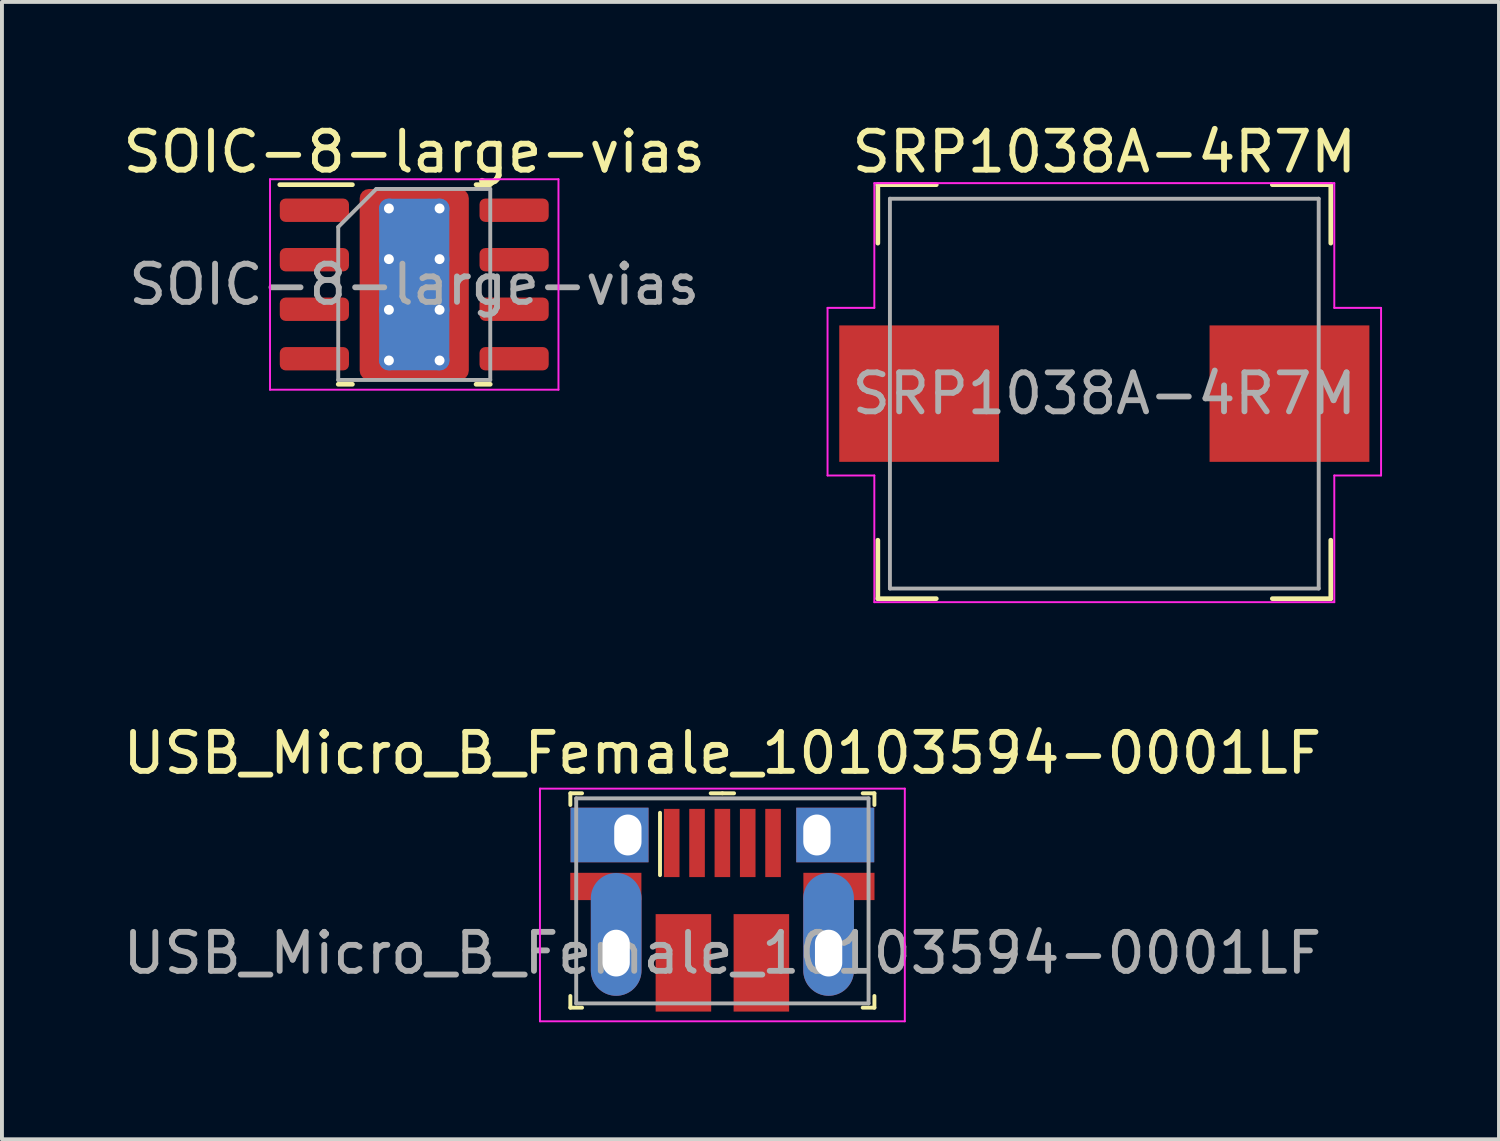
<source format=kicad_pcb>
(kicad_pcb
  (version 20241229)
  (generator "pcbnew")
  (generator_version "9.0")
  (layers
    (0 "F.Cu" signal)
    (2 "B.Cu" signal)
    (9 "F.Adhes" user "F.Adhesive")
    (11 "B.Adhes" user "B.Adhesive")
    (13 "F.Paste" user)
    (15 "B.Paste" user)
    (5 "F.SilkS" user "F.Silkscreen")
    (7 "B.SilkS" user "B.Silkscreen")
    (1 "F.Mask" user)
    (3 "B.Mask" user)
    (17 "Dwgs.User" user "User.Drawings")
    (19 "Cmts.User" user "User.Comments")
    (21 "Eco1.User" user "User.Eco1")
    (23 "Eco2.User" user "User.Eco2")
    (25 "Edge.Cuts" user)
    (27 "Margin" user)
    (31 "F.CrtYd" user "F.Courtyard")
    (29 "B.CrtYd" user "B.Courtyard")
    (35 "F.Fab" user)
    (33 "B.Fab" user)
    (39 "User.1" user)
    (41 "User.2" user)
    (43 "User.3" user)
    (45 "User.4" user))
  (footprint "SRP1038A-4R7M"
    (layer "F.Cu")
    (at 25.28 7.048)
    (property "Reference" "SRP1038A-4R7M" (at 0 -6.2 0) (layer "F.SilkS") (effects (font (size 1 1) (thickness 0.15))))
    (attr smd)
    (fp_line (start -5.81 -5.36) (end -5.81 -3.86) (stroke (width 0.12) (type solid)) (layer "F.SilkS"))
    (fp_line (start -5.81 -5.36) (end -4.31 -5.36) (stroke (width 0.12) (type solid)) (layer "F.SilkS"))
    (fp_line (start -5.81 5.26) (end -5.81 3.76) (stroke (width 0.12) (type solid)) (layer "F.SilkS"))
    (fp_line (start -5.81 5.26) (end -4.31 5.26) (stroke (width 0.12) (type solid)) (layer "F.SilkS"))
    (fp_line (start 5.81 -5.36) (end 4.31 -5.36) (stroke (width 0.12) (type solid)) (layer "F.SilkS"))
    (fp_line (start 5.81 -5.36) (end 5.81 -3.86) (stroke (width 0.12) (type solid)) (layer "F.SilkS"))
    (fp_line (start 5.81 5.26) (end 4.31 5.26) (stroke (width 0.12) (type solid)) (layer "F.SilkS"))
    (fp_line (start 5.81 5.26) (end 5.81 3.76) (stroke (width 0.12) (type solid)) (layer "F.SilkS"))
    (fp_line (start -7.1 2.1) (end -7.1 -2.2) (stroke (width 0.05) (type solid)) (layer "F.CrtYd"))
    (fp_line (start -5.9 -5.4) (end -5.9 -2.2) (stroke (width 0.05) (type solid)) (layer "F.CrtYd"))
    (fp_line (start -5.9 -5.4) (end 5.9 -5.4) (stroke (width 0.05) (type solid)) (layer "F.CrtYd"))
    (fp_line (start -5.9 -2.2) (end -7.1 -2.2) (stroke (width 0.05) (type solid)) (layer "F.CrtYd"))
    (fp_line (start -5.9 2.1) (end -7.1 2.1) (stroke (width 0.05) (type solid)) (layer "F.CrtYd"))
    (fp_line (start -5.9 2.1) (end -5.9 5.35) (stroke (width 0.05) (type solid)) (layer "F.CrtYd"))
    (fp_line (start -5.9 5.35) (end 5.9 5.35) (stroke (width 0.05) (type solid)) (layer "F.CrtYd"))
    (fp_line (start 5.9 -5.4) (end 5.9 -2.2) (stroke (width 0.05) (type solid)) (layer "F.CrtYd"))
    (fp_line (start 5.9 -2.2) (end 7.1 -2.2) (stroke (width 0.05) (type solid)) (layer "F.CrtYd"))
    (fp_line (start 5.9 2.1) (end 7.1 2.1) (stroke (width 0.05) (type solid)) (layer "F.CrtYd"))
    (fp_line (start 5.9 5.35) (end 5.9 2.1) (stroke (width 0.05) (type solid)) (layer "F.CrtYd"))
    (fp_line (start 7.1 2.1) (end 7.1 -2.2) (stroke (width 0.05) (type solid)) (layer "F.CrtYd"))
    (fp_line (start -5.5 -5) (end -5.5 5) (stroke (width 0.1) (type solid)) (layer "F.Fab"))
    (fp_line (start -5.5 -5) (end 5.5 -5) (stroke (width 0.1) (type solid)) (layer "F.Fab"))
    (fp_line (start -5.5 5) (end 5.5 5) (stroke (width 0.1) (type solid)) (layer "F.Fab"))
    (fp_line (start 5.5 -5) (end 5.5 5) (stroke (width 0.1) (type solid)) (layer "F.Fab"))
    (fp_text user "${REFERENCE}" (at 0 0 0) (layer "F.Fab") (effects (font (size 1 1) (thickness 0.15))))
    (pad "1" smd rect (at -4.75 0) (size 4.1 3.5) (layers "F.Cu" "F.Mask" "F.Paste"))
    (pad "2" smd rect (at 4.75 0) (size 4.1 3.5) (layers "F.Cu" "F.Mask" "F.Paste")))
  (footprint "USB_Micro_B_Female_10103594-0001LF"
    (layer "F.Cu")
    (at 15.482 21.401)
    (property "Reference" "USB_Micro_B_Female_10103594-0001LF" (at 0 -5.13 0) (layer "F.SilkS") (effects (font (size 1 1) (thickness 0.15))))
    (attr smd)
    (fp_line (start -3.9 -4.1) (end -3.9 -3.8) (stroke (width 0.1) (type solid)) (layer "F.SilkS"))
    (fp_line (start -3.9 -4.1) (end -3.6 -4.1) (stroke (width 0.1) (type solid)) (layer "F.SilkS"))
    (fp_line (start -3.9 1.4) (end -3.9 1.1) (stroke (width 0.1) (type solid)) (layer "F.SilkS"))
    (fp_line (start -3.9 1.4) (end -3.6 1.4) (stroke (width 0.1) (type solid)) (layer "F.SilkS"))
    (fp_line (start -1.6 -3.6) (end -1.6 -2) (stroke (width 0.1) (type solid)) (layer "F.SilkS"))
    (fp_line (start 0 -4.1) (end -0.3 -4.1) (stroke (width 0.1) (type solid)) (layer "F.SilkS"))
    (fp_line (start 0 -4.1) (end 0.3 -4.1) (stroke (width 0.1) (type solid)) (layer "F.SilkS"))
    (fp_line (start 3.9 -4.1) (end 3.6 -4.1) (stroke (width 0.1) (type solid)) (layer "F.SilkS"))
    (fp_line (start 3.9 -4.1) (end 3.9 -3.8) (stroke (width 0.1) (type solid)) (layer "F.SilkS"))
    (fp_line (start 3.9 1.4) (end 3.6 1.4) (stroke (width 0.1) (type solid)) (layer "F.SilkS"))
    (fp_line (start 3.9 1.4) (end 3.9 1.1) (stroke (width 0.1) (type solid)) (layer "F.SilkS"))
    (fp_line (start -4.68 -4.22) (end 4.68 -4.22) (stroke (width 0.05) (type solid)) (layer "F.CrtYd"))
    (fp_line (start -4.68 1.75) (end -4.68 -4.22) (stroke (width 0.05) (type solid)) (layer "F.CrtYd"))
    (fp_line (start -4.68 1.75) (end 4.68 1.75) (stroke (width 0.05) (type solid)) (layer "F.CrtYd"))
    (fp_line (start 4.68 1.75) (end 4.68 -4.22) (stroke (width 0.05) (type solid)) (layer "F.CrtYd"))
    (fp_line (start -3.75 -3.97) (end -3.75 1.29) (stroke (width 0.1) (type solid)) (layer "F.Fab"))
    (fp_line (start -3.75 -3.97) (end 3.75 -3.97) (stroke (width 0.1) (type solid)) (layer "F.Fab"))
    (fp_line (start -3.75 1.29) (end 3.75 1.29) (stroke (width 0.1) (type solid)) (layer "F.Fab"))
    (fp_line (start 3.75 -3.97) (end 3.75 1.29) (stroke (width 0.1) (type solid)) (layer "F.Fab"))
    (fp_text user "${REFERENCE}" (at 0 0 0) (layer "F.Fab") (effects (font (size 1 1) (thickness 0.15))))
    (pad "1" smd rect (at -1.3 -2.825) (size 0.4 1.75) (layers "F.Cu" "F.Mask" "F.Paste"))
    (pad "2" smd rect (at -0.65 -2.825) (size 0.4 1.75) (layers "F.Cu" "F.Mask" "F.Paste"))
    (pad "3" smd rect (at 0 -2.825) (size 0.4 1.75) (layers "F.Cu" "F.Mask" "F.Paste"))
    (pad "4" smd rect (at 0.65 -2.825) (size 0.4 1.75) (layers "F.Cu" "F.Mask" "F.Paste"))
    (pad "5" smd rect (at 1.3 -2.825) (size 0.4 1.75) (layers "F.Cu" "F.Mask" "F.Paste"))
    (pad "SH" smd rect (at -2.99 -1.71) (size 1.825 0.7) (layers "F.Cu" "F.Mask" "F.Paste"))
    (pad "SH" thru_hole oval (at -2.725 0) (size 1.3 3.15) (drill oval 0.7 1.2 (offset 0 -0.48)) (layers "*.Cu" "*.Mask"))
    (pad "SH" thru_hole rect (at -2.425 -3.03) (size 2 1.4) (drill oval 0.7 1.05 (offset -0.47 0)) (layers "*.Cu" "*.Mask"))
    (pad "SH" smd rect (at -1 0.25) (size 1.425 2.5) (layers "F.Cu" "F.Mask" "F.Paste"))
    (pad "SH" smd rect (at 1 0.25) (size 1.425 2.5) (layers "F.Cu" "F.Mask" "F.Paste"))
    (pad "SH" thru_hole rect (at 2.425 -3.03) (size 2 1.4) (drill oval 0.7 1.05 (offset 0.47 0)) (layers "*.Cu" "*.Mask"))
    (pad "SH" thru_hole oval (at 2.725 0) (size 1.3 3.15) (drill oval 0.7 1.2 (offset 0 -0.48)) (layers "*.Cu" "*.Mask"))
    (pad "SH" smd rect (at 2.99 -1.71) (size 1.825 0.7) (layers "F.Cu" "F.Mask" "F.Paste")))
  (footprint "SOIC-8-large-vias"
    (layer "F.Cu")
    (at 7.577 4.248)
    (property "Reference" "SOIC-8-large-vias" (at 0 -3.4 0) (layer "F.SilkS") (effects (font (size 1 1) (thickness 0.15))))
    (attr smd)
    (fp_line (start -1.586 -2.56) (end -3.45 -2.56) (stroke (width 0.12) (type solid)) (layer "F.SilkS"))
    (fp_line (start -1.586 2.56) (end -1.95 2.56) (stroke (width 0.12) (type solid)) (layer "F.SilkS"))
    (fp_line (start 1.586 -2.56) (end 1.95 -2.56) (stroke (width 0.12) (type solid)) (layer "F.SilkS"))
    (fp_line (start 1.586 2.56) (end 1.95 2.56) (stroke (width 0.12) (type solid)) (layer "F.SilkS"))
    (fp_line (start -3.7 -2.7) (end -3.7 2.7) (stroke (width 0.05) (type solid)) (layer "F.CrtYd"))
    (fp_line (start -3.7 2.7) (end 3.7 2.7) (stroke (width 0.05) (type solid)) (layer "F.CrtYd"))
    (fp_line (start 3.7 -2.7) (end -3.7 -2.7) (stroke (width 0.05) (type solid)) (layer "F.CrtYd"))
    (fp_line (start 3.7 2.7) (end 3.7 -2.7) (stroke (width 0.05) (type solid)) (layer "F.CrtYd"))
    (fp_line (start -1.95 -1.475) (end -0.975 -2.45) (stroke (width 0.1) (type solid)) (layer "F.Fab"))
    (fp_line (start -1.95 2.45) (end -1.95 -1.475) (stroke (width 0.1) (type solid)) (layer "F.Fab"))
    (fp_line (start -0.975 -2.45) (end 1.95 -2.45) (stroke (width 0.1) (type solid)) (layer "F.Fab"))
    (fp_line (start 1.95 -2.45) (end 1.95 2.45) (stroke (width 0.1) (type solid)) (layer "F.Fab"))
    (fp_line (start 1.95 2.45) (end -1.95 2.45) (stroke (width 0.1) (type solid)) (layer "F.Fab"))
    (fp_text user "${REFERENCE}" (at 0 0 0) (layer "F.Fab") (effects (font (size 0.98 0.98) (thickness 0.15))))
    (pad "" smd roundrect (at -0.68 -0.85) (size 1.13 1.42) (layers "F.Paste") (roundrect_rratio 0.221))
    (pad "" smd roundrect (at -0.68 0.85) (size 1.13 1.42) (layers "F.Paste") (roundrect_rratio 0.221))
    (pad "" smd roundrect (at 0 0) (size 2.71 3.4) (layers "F.Mask") (roundrect_rratio 0.092))
    (pad "" smd roundrect (at 0.68 -0.85) (size 1.13 1.42) (layers "F.Paste") (roundrect_rratio 0.221))
    (pad "" smd roundrect (at 0.68 0.85) (size 1.13 1.42) (layers "F.Paste") (roundrect_rratio 0.221))
    (pad "1" smd roundrect (at -2.562 -1.905) (size 1.775 0.6) (layers "F.Cu" "F.Mask" "F.Paste") (roundrect_rratio 0.25))
    (pad "2" smd roundrect (at -2.562 -0.635) (size 1.775 0.6) (layers "F.Cu" "F.Mask" "F.Paste") (roundrect_rratio 0.25))
    (pad "3" smd roundrect (at -2.562 0.635) (size 1.775 0.6) (layers "F.Cu" "F.Mask" "F.Paste") (roundrect_rratio 0.25))
    (pad "4" smd roundrect (at -2.562 1.905) (size 1.775 0.6) (layers "F.Cu" "F.Mask" "F.Paste") (roundrect_rratio 0.25))
    (pad "5" smd roundrect (at 2.562 1.905) (size 1.775 0.6) (layers "F.Cu" "F.Mask" "F.Paste") (roundrect_rratio 0.25))
    (pad "6" smd roundrect (at 2.562 0.635) (size 1.775 0.6) (layers "F.Cu" "F.Mask" "F.Paste") (roundrect_rratio 0.25))
    (pad "7" smd roundrect (at 2.562 -0.635) (size 1.775 0.6) (layers "F.Cu" "F.Mask" "F.Paste") (roundrect_rratio 0.25))
    (pad "8" smd roundrect (at 2.562 -1.905) (size 1.775 0.6) (layers "F.Cu" "F.Mask" "F.Paste") (roundrect_rratio 0.25))
    (pad "9" thru_hole circle (at -0.65 -1.95) (size 0.508 0.508) (drill 0.254) (layers "*.Cu"))
    (pad "9" thru_hole circle (at -0.65 -0.65) (size 0.508 0.508) (drill 0.254) (layers "*.Cu"))
    (pad "9" thru_hole circle (at -0.65 0.65) (size 0.508 0.508) (drill 0.254) (layers "*.Cu"))
    (pad "9" thru_hole circle (at -0.65 1.95) (size 0.508 0.508) (drill 0.254) (layers "*.Cu"))
    (pad "9" smd roundrect (at 0 0) (size 1.8 4.4) (layers "B.Cu") (roundrect_rratio 0.139))
    (pad "9" smd roundrect (at 0 0) (size 2.8 4.9) (layers "F.Cu") (roundrect_rratio 0.085))
    (pad "9" thru_hole circle (at 0.65 -1.95) (size 0.508 0.508) (drill 0.254) (layers "*.Cu"))
    (pad "9" thru_hole circle (at 0.65 -0.65) (size 0.508 0.508) (drill 0.254) (layers "*.Cu"))
    (pad "9" thru_hole circle (at 0.65 0.65) (size 0.508 0.508) (drill 0.254) (layers "*.Cu"))
    (pad "9" thru_hole circle (at 0.65 1.95) (size 0.508 0.508) (drill 0.254) (layers "*.Cu")))
  (gr_rect
    (start -3 -3)
    (end 35.405 26.177)
    (stroke (width 0.1) (type default))
    (fill no)
    (layer "Edge.Cuts")))
</source>
